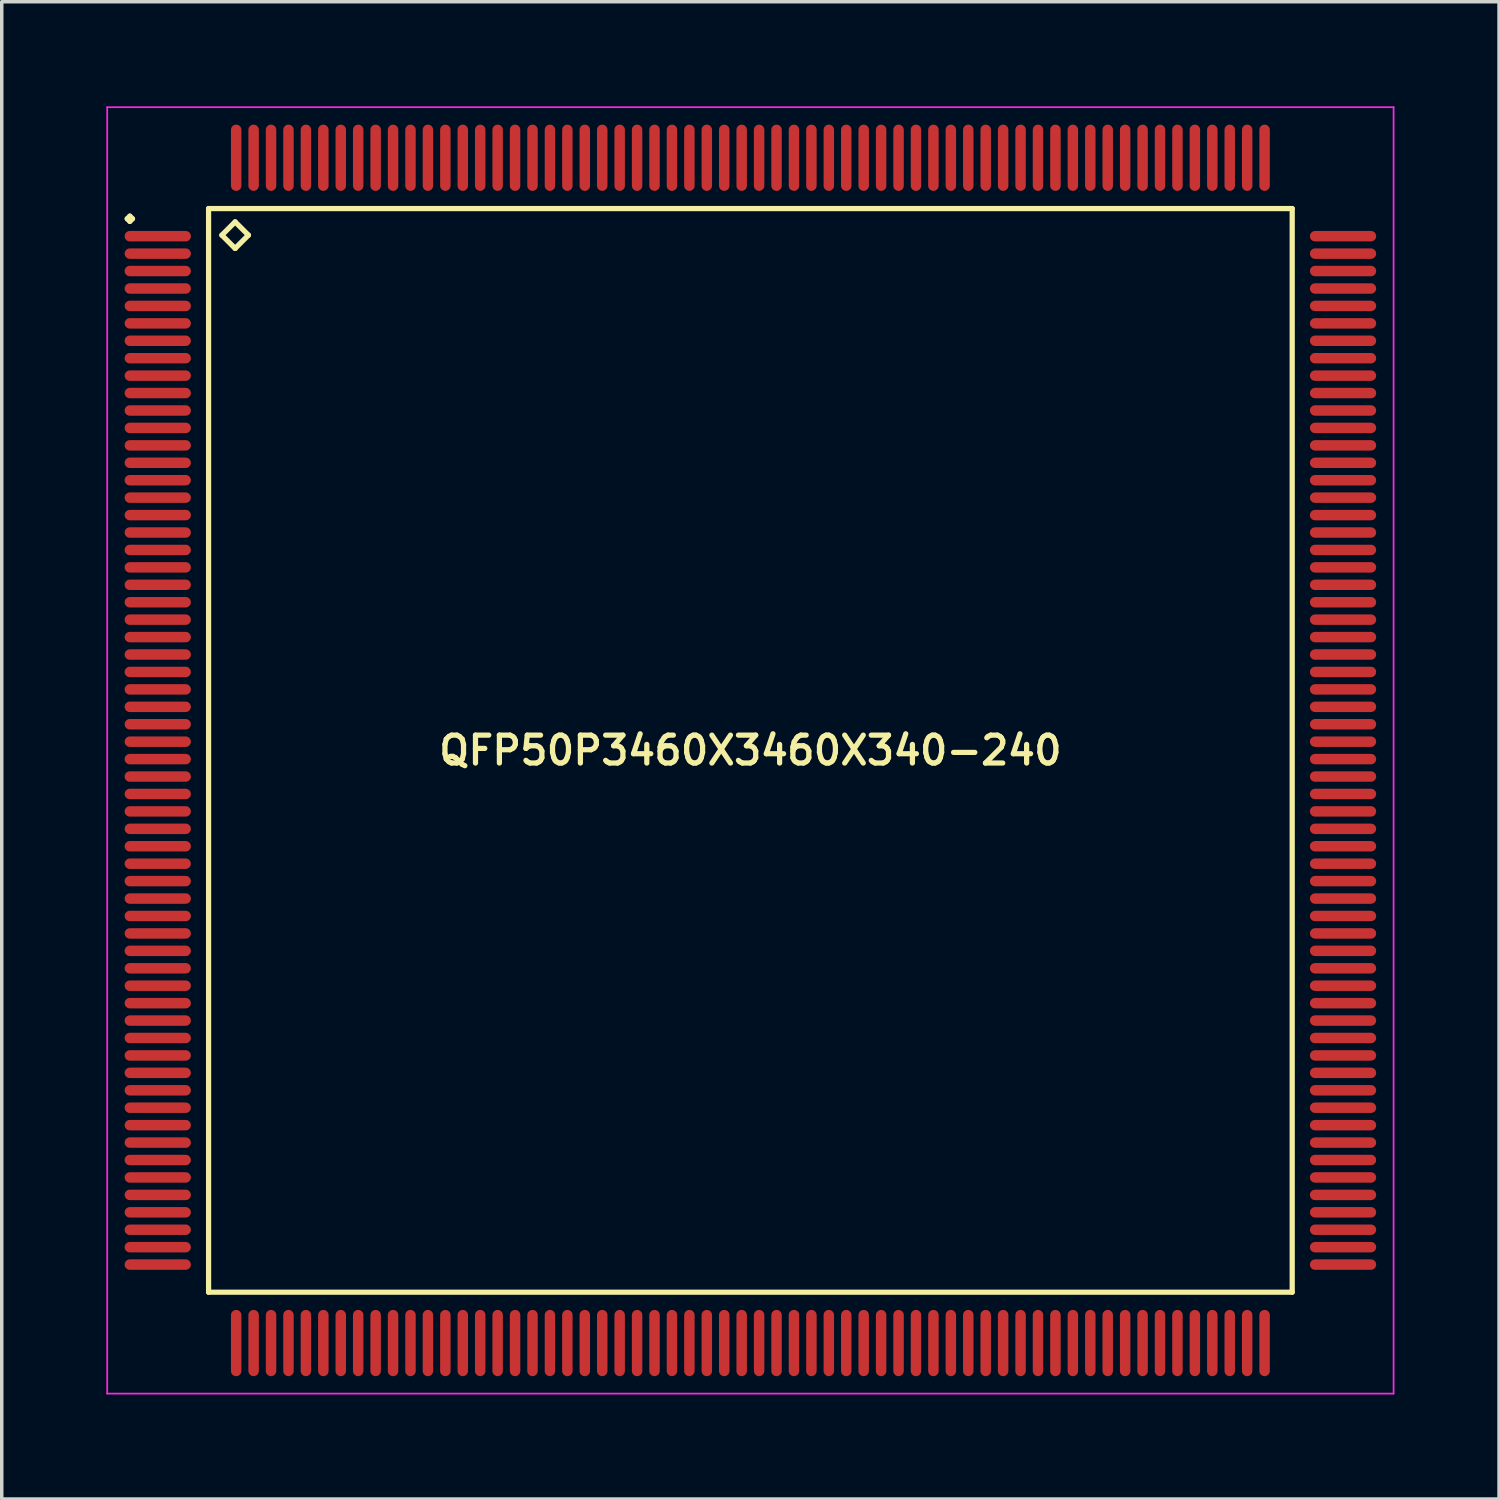
<source format=kicad_pcb>
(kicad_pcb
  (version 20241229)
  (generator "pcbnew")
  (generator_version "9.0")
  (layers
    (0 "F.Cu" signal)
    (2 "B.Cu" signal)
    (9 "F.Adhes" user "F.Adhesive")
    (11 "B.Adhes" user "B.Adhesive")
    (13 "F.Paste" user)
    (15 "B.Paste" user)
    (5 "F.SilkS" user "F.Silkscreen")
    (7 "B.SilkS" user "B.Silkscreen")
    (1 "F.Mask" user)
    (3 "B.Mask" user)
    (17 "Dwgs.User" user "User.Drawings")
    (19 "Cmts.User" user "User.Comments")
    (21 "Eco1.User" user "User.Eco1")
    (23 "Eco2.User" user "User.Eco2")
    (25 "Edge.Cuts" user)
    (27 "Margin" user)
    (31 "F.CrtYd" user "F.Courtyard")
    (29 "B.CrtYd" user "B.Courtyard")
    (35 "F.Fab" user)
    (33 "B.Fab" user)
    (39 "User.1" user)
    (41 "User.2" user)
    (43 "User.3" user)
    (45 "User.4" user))
  (footprint "QFP50P3460X3460X340-240"
    (layer "F.Cu")
    (at 18.475 18.475)
    (property "Reference" "QFP50P3460X3460X340-240" (at 0 0 0) (layer "F.SilkS") (effects (font (size 0.8 0.8) (thickness 0.15))))
    (attr smd)
    (fp_line (start -17.875 -15.25) (end -17.8 -15.325) (stroke (width 0.15) (type solid)) (layer "F.SilkS"))
    (fp_line (start -17.8 -15.325) (end -17.725 -15.25) (stroke (width 0.15) (type solid)) (layer "F.SilkS"))
    (fp_line (start -17.8 -15.175) (end -17.875 -15.25) (stroke (width 0.15) (type solid)) (layer "F.SilkS"))
    (fp_line (start -17.725 -15.25) (end -17.8 -15.175) (stroke (width 0.15) (type solid)) (layer "F.SilkS"))
    (fp_line (start -15.542 -15.542) (end -15.542 15.542) (stroke (width 0.15) (type solid)) (layer "F.SilkS"))
    (fp_line (start -15.542 15.542) (end 15.542 15.542) (stroke (width 0.15) (type solid)) (layer "F.SilkS"))
    (fp_line (start -15.161 -14.78) (end -14.78 -15.161) (stroke (width 0.15) (type solid)) (layer "F.SilkS"))
    (fp_line (start -14.78 -15.161) (end -14.399 -14.78) (stroke (width 0.15) (type solid)) (layer "F.SilkS"))
    (fp_line (start -14.78 -14.399) (end -15.161 -14.78) (stroke (width 0.15) (type solid)) (layer "F.SilkS"))
    (fp_line (start -14.399 -14.78) (end -14.78 -14.399) (stroke (width 0.15) (type solid)) (layer "F.SilkS"))
    (fp_line (start 15.542 -15.542) (end -15.542 -15.542) (stroke (width 0.15) (type solid)) (layer "F.SilkS"))
    (fp_line (start 15.542 15.542) (end 15.542 -15.542) (stroke (width 0.15) (type solid)) (layer "F.SilkS"))
    (fp_line (start -18.45 -18.45) (end 18.45 -18.45) (stroke (width 0.05) (type solid)) (layer "F.CrtYd"))
    (fp_line (start -18.45 18.45) (end -18.45 -18.45) (stroke (width 0.05) (type solid)) (layer "F.CrtYd"))
    (fp_line (start 18.45 -18.45) (end 18.45 18.45) (stroke (width 0.05) (type solid)) (layer "F.CrtYd"))
    (fp_line (start 18.45 18.45) (end -18.45 18.45) (stroke (width 0.05) (type solid)) (layer "F.CrtYd"))
    (pad "1" smd oval (at -17 -14.75) (size 1.9 0.3) (layers "F.Cu" "F.Mask" "F.Paste"))
    (pad "2" smd oval (at -17 -14.25) (size 1.9 0.3) (layers "F.Cu" "F.Mask" "F.Paste"))
    (pad "3" smd oval (at -17 -13.75) (size 1.9 0.3) (layers "F.Cu" "F.Mask" "F.Paste"))
    (pad "4" smd oval (at -17 -13.25) (size 1.9 0.3) (layers "F.Cu" "F.Mask" "F.Paste"))
    (pad "5" smd oval (at -17 -12.75) (size 1.9 0.3) (layers "F.Cu" "F.Mask" "F.Paste"))
    (pad "6" smd oval (at -17 -12.25) (size 1.9 0.3) (layers "F.Cu" "F.Mask" "F.Paste"))
    (pad "7" smd oval (at -17 -11.75) (size 1.9 0.3) (layers "F.Cu" "F.Mask" "F.Paste"))
    (pad "8" smd oval (at -17 -11.25) (size 1.9 0.3) (layers "F.Cu" "F.Mask" "F.Paste"))
    (pad "9" smd oval (at -17 -10.75) (size 1.9 0.3) (layers "F.Cu" "F.Mask" "F.Paste"))
    (pad "10" smd oval (at -17 -10.25) (size 1.9 0.3) (layers "F.Cu" "F.Mask" "F.Paste"))
    (pad "11" smd oval (at -17 -9.75) (size 1.9 0.3) (layers "F.Cu" "F.Mask" "F.Paste"))
    (pad "12" smd oval (at -17 -9.25) (size 1.9 0.3) (layers "F.Cu" "F.Mask" "F.Paste"))
    (pad "13" smd oval (at -17 -8.75) (size 1.9 0.3) (layers "F.Cu" "F.Mask" "F.Paste"))
    (pad "14" smd oval (at -17 -8.25) (size 1.9 0.3) (layers "F.Cu" "F.Mask" "F.Paste"))
    (pad "15" smd oval (at -17 -7.75) (size 1.9 0.3) (layers "F.Cu" "F.Mask" "F.Paste"))
    (pad "16" smd oval (at -17 -7.25) (size 1.9 0.3) (layers "F.Cu" "F.Mask" "F.Paste"))
    (pad "17" smd oval (at -17 -6.75) (size 1.9 0.3) (layers "F.Cu" "F.Mask" "F.Paste"))
    (pad "18" smd oval (at -17 -6.25) (size 1.9 0.3) (layers "F.Cu" "F.Mask" "F.Paste"))
    (pad "19" smd oval (at -17 -5.75) (size 1.9 0.3) (layers "F.Cu" "F.Mask" "F.Paste"))
    (pad "20" smd oval (at -17 -5.25) (size 1.9 0.3) (layers "F.Cu" "F.Mask" "F.Paste"))
    (pad "21" smd oval (at -17 -4.75) (size 1.9 0.3) (layers "F.Cu" "F.Mask" "F.Paste"))
    (pad "22" smd oval (at -17 -4.25) (size 1.9 0.3) (layers "F.Cu" "F.Mask" "F.Paste"))
    (pad "23" smd oval (at -17 -3.75) (size 1.9 0.3) (layers "F.Cu" "F.Mask" "F.Paste"))
    (pad "24" smd oval (at -17 -3.25) (size 1.9 0.3) (layers "F.Cu" "F.Mask" "F.Paste"))
    (pad "25" smd oval (at -17 -2.75) (size 1.9 0.3) (layers "F.Cu" "F.Mask" "F.Paste"))
    (pad "26" smd oval (at -17 -2.25) (size 1.9 0.3) (layers "F.Cu" "F.Mask" "F.Paste"))
    (pad "27" smd oval (at -17 -1.75) (size 1.9 0.3) (layers "F.Cu" "F.Mask" "F.Paste"))
    (pad "28" smd oval (at -17 -1.25) (size 1.9 0.3) (layers "F.Cu" "F.Mask" "F.Paste"))
    (pad "29" smd oval (at -17 -0.75) (size 1.9 0.3) (layers "F.Cu" "F.Mask" "F.Paste"))
    (pad "30" smd oval (at -17 -0.25) (size 1.9 0.3) (layers "F.Cu" "F.Mask" "F.Paste"))
    (pad "31" smd oval (at -17 0.25) (size 1.9 0.3) (layers "F.Cu" "F.Mask" "F.Paste"))
    (pad "32" smd oval (at -17 0.75) (size 1.9 0.3) (layers "F.Cu" "F.Mask" "F.Paste"))
    (pad "33" smd oval (at -17 1.25) (size 1.9 0.3) (layers "F.Cu" "F.Mask" "F.Paste"))
    (pad "34" smd oval (at -17 1.75) (size 1.9 0.3) (layers "F.Cu" "F.Mask" "F.Paste"))
    (pad "35" smd oval (at -17 2.25) (size 1.9 0.3) (layers "F.Cu" "F.Mask" "F.Paste"))
    (pad "36" smd oval (at -17 2.75) (size 1.9 0.3) (layers "F.Cu" "F.Mask" "F.Paste"))
    (pad "37" smd oval (at -17 3.25) (size 1.9 0.3) (layers "F.Cu" "F.Mask" "F.Paste"))
    (pad "38" smd oval (at -17 3.75) (size 1.9 0.3) (layers "F.Cu" "F.Mask" "F.Paste"))
    (pad "39" smd oval (at -17 4.25) (size 1.9 0.3) (layers "F.Cu" "F.Mask" "F.Paste"))
    (pad "40" smd oval (at -17 4.75) (size 1.9 0.3) (layers "F.Cu" "F.Mask" "F.Paste"))
    (pad "41" smd oval (at -17 5.25) (size 1.9 0.3) (layers "F.Cu" "F.Mask" "F.Paste"))
    (pad "42" smd oval (at -17 5.75) (size 1.9 0.3) (layers "F.Cu" "F.Mask" "F.Paste"))
    (pad "43" smd oval (at -17 6.25) (size 1.9 0.3) (layers "F.Cu" "F.Mask" "F.Paste"))
    (pad "44" smd oval (at -17 6.75) (size 1.9 0.3) (layers "F.Cu" "F.Mask" "F.Paste"))
    (pad "45" smd oval (at -17 7.25) (size 1.9 0.3) (layers "F.Cu" "F.Mask" "F.Paste"))
    (pad "46" smd oval (at -17 7.75) (size 1.9 0.3) (layers "F.Cu" "F.Mask" "F.Paste"))
    (pad "47" smd oval (at -17 8.25) (size 1.9 0.3) (layers "F.Cu" "F.Mask" "F.Paste"))
    (pad "48" smd oval (at -17 8.75) (size 1.9 0.3) (layers "F.Cu" "F.Mask" "F.Paste"))
    (pad "49" smd oval (at -17 9.25) (size 1.9 0.3) (layers "F.Cu" "F.Mask" "F.Paste"))
    (pad "50" smd oval (at -17 9.75) (size 1.9 0.3) (layers "F.Cu" "F.Mask" "F.Paste"))
    (pad "51" smd oval (at -17 10.25) (size 1.9 0.3) (layers "F.Cu" "F.Mask" "F.Paste"))
    (pad "52" smd oval (at -17 10.75) (size 1.9 0.3) (layers "F.Cu" "F.Mask" "F.Paste"))
    (pad "53" smd oval (at -17 11.25) (size 1.9 0.3) (layers "F.Cu" "F.Mask" "F.Paste"))
    (pad "54" smd oval (at -17 11.75) (size 1.9 0.3) (layers "F.Cu" "F.Mask" "F.Paste"))
    (pad "55" smd oval (at -17 12.25) (size 1.9 0.3) (layers "F.Cu" "F.Mask" "F.Paste"))
    (pad "56" smd oval (at -17 12.75) (size 1.9 0.3) (layers "F.Cu" "F.Mask" "F.Paste"))
    (pad "57" smd oval (at -17 13.25) (size 1.9 0.3) (layers "F.Cu" "F.Mask" "F.Paste"))
    (pad "58" smd oval (at -17 13.75) (size 1.9 0.3) (layers "F.Cu" "F.Mask" "F.Paste"))
    (pad "59" smd oval (at -17 14.25) (size 1.9 0.3) (layers "F.Cu" "F.Mask" "F.Paste"))
    (pad "60" smd oval (at -17 14.75) (size 1.9 0.3) (layers "F.Cu" "F.Mask" "F.Paste"))
    (pad "61" smd oval (at -14.75 17) (size 0.3 1.9) (layers "F.Cu" "F.Mask" "F.Paste"))
    (pad "62" smd oval (at -14.25 17) (size 0.3 1.9) (layers "F.Cu" "F.Mask" "F.Paste"))
    (pad "63" smd oval (at -13.75 17) (size 0.3 1.9) (layers "F.Cu" "F.Mask" "F.Paste"))
    (pad "64" smd oval (at -13.25 17) (size 0.3 1.9) (layers "F.Cu" "F.Mask" "F.Paste"))
    (pad "65" smd oval (at -12.75 17) (size 0.3 1.9) (layers "F.Cu" "F.Mask" "F.Paste"))
    (pad "66" smd oval (at -12.25 17) (size 0.3 1.9) (layers "F.Cu" "F.Mask" "F.Paste"))
    (pad "67" smd oval (at -11.75 17) (size 0.3 1.9) (layers "F.Cu" "F.Mask" "F.Paste"))
    (pad "68" smd oval (at -11.25 17) (size 0.3 1.9) (layers "F.Cu" "F.Mask" "F.Paste"))
    (pad "69" smd oval (at -10.75 17) (size 0.3 1.9) (layers "F.Cu" "F.Mask" "F.Paste"))
    (pad "70" smd oval (at -10.25 17) (size 0.3 1.9) (layers "F.Cu" "F.Mask" "F.Paste"))
    (pad "71" smd oval (at -9.75 17) (size 0.3 1.9) (layers "F.Cu" "F.Mask" "F.Paste"))
    (pad "72" smd oval (at -9.25 17) (size 0.3 1.9) (layers "F.Cu" "F.Mask" "F.Paste"))
    (pad "73" smd oval (at -8.75 17) (size 0.3 1.9) (layers "F.Cu" "F.Mask" "F.Paste"))
    (pad "74" smd oval (at -8.25 17) (size 0.3 1.9) (layers "F.Cu" "F.Mask" "F.Paste"))
    (pad "75" smd oval (at -7.75 17) (size 0.3 1.9) (layers "F.Cu" "F.Mask" "F.Paste"))
    (pad "76" smd oval (at -7.25 17) (size 0.3 1.9) (layers "F.Cu" "F.Mask" "F.Paste"))
    (pad "77" smd oval (at -6.75 17) (size 0.3 1.9) (layers "F.Cu" "F.Mask" "F.Paste"))
    (pad "78" smd oval (at -6.25 17) (size 0.3 1.9) (layers "F.Cu" "F.Mask" "F.Paste"))
    (pad "79" smd oval (at -5.75 17) (size 0.3 1.9) (layers "F.Cu" "F.Mask" "F.Paste"))
    (pad "80" smd oval (at -5.25 17) (size 0.3 1.9) (layers "F.Cu" "F.Mask" "F.Paste"))
    (pad "81" smd oval (at -4.75 17) (size 0.3 1.9) (layers "F.Cu" "F.Mask" "F.Paste"))
    (pad "82" smd oval (at -4.25 17) (size 0.3 1.9) (layers "F.Cu" "F.Mask" "F.Paste"))
    (pad "83" smd oval (at -3.75 17) (size 0.3 1.9) (layers "F.Cu" "F.Mask" "F.Paste"))
    (pad "84" smd oval (at -3.25 17) (size 0.3 1.9) (layers "F.Cu" "F.Mask" "F.Paste"))
    (pad "85" smd oval (at -2.75 17) (size 0.3 1.9) (layers "F.Cu" "F.Mask" "F.Paste"))
    (pad "86" smd oval (at -2.25 17) (size 0.3 1.9) (layers "F.Cu" "F.Mask" "F.Paste"))
    (pad "87" smd oval (at -1.75 17) (size 0.3 1.9) (layers "F.Cu" "F.Mask" "F.Paste"))
    (pad "88" smd oval (at -1.25 17) (size 0.3 1.9) (layers "F.Cu" "F.Mask" "F.Paste"))
    (pad "89" smd oval (at -0.75 17) (size 0.3 1.9) (layers "F.Cu" "F.Mask" "F.Paste"))
    (pad "90" smd oval (at -0.25 17) (size 0.3 1.9) (layers "F.Cu" "F.Mask" "F.Paste"))
    (pad "91" smd oval (at 0.25 17) (size 0.3 1.9) (layers "F.Cu" "F.Mask" "F.Paste"))
    (pad "92" smd oval (at 0.75 17) (size 0.3 1.9) (layers "F.Cu" "F.Mask" "F.Paste"))
    (pad "93" smd oval (at 1.25 17) (size 0.3 1.9) (layers "F.Cu" "F.Mask" "F.Paste"))
    (pad "94" smd oval (at 1.75 17) (size 0.3 1.9) (layers "F.Cu" "F.Mask" "F.Paste"))
    (pad "95" smd oval (at 2.25 17) (size 0.3 1.9) (layers "F.Cu" "F.Mask" "F.Paste"))
    (pad "96" smd oval (at 2.75 17) (size 0.3 1.9) (layers "F.Cu" "F.Mask" "F.Paste"))
    (pad "97" smd oval (at 3.25 17) (size 0.3 1.9) (layers "F.Cu" "F.Mask" "F.Paste"))
    (pad "98" smd oval (at 3.75 17) (size 0.3 1.9) (layers "F.Cu" "F.Mask" "F.Paste"))
    (pad "99" smd oval (at 4.25 17) (size 0.3 1.9) (layers "F.Cu" "F.Mask" "F.Paste"))
    (pad "100" smd oval (at 4.75 17) (size 0.3 1.9) (layers "F.Cu" "F.Mask" "F.Paste"))
    (pad "101" smd oval (at 5.25 17) (size 0.3 1.9) (layers "F.Cu" "F.Mask" "F.Paste"))
    (pad "102" smd oval (at 5.75 17) (size 0.3 1.9) (layers "F.Cu" "F.Mask" "F.Paste"))
    (pad "103" smd oval (at 6.25 17) (size 0.3 1.9) (layers "F.Cu" "F.Mask" "F.Paste"))
    (pad "104" smd oval (at 6.75 17) (size 0.3 1.9) (layers "F.Cu" "F.Mask" "F.Paste"))
    (pad "105" smd oval (at 7.25 17) (size 0.3 1.9) (layers "F.Cu" "F.Mask" "F.Paste"))
    (pad "106" smd oval (at 7.75 17) (size 0.3 1.9) (layers "F.Cu" "F.Mask" "F.Paste"))
    (pad "107" smd oval (at 8.25 17) (size 0.3 1.9) (layers "F.Cu" "F.Mask" "F.Paste"))
    (pad "108" smd oval (at 8.75 17) (size 0.3 1.9) (layers "F.Cu" "F.Mask" "F.Paste"))
    (pad "109" smd oval (at 9.25 17) (size 0.3 1.9) (layers "F.Cu" "F.Mask" "F.Paste"))
    (pad "110" smd oval (at 9.75 17) (size 0.3 1.9) (layers "F.Cu" "F.Mask" "F.Paste"))
    (pad "111" smd oval (at 10.25 17) (size 0.3 1.9) (layers "F.Cu" "F.Mask" "F.Paste"))
    (pad "112" smd oval (at 10.75 17) (size 0.3 1.9) (layers "F.Cu" "F.Mask" "F.Paste"))
    (pad "113" smd oval (at 11.25 17) (size 0.3 1.9) (layers "F.Cu" "F.Mask" "F.Paste"))
    (pad "114" smd oval (at 11.75 17) (size 0.3 1.9) (layers "F.Cu" "F.Mask" "F.Paste"))
    (pad "115" smd oval (at 12.25 17) (size 0.3 1.9) (layers "F.Cu" "F.Mask" "F.Paste"))
    (pad "116" smd oval (at 12.75 17) (size 0.3 1.9) (layers "F.Cu" "F.Mask" "F.Paste"))
    (pad "117" smd oval (at 13.25 17) (size 0.3 1.9) (layers "F.Cu" "F.Mask" "F.Paste"))
    (pad "118" smd oval (at 13.75 17) (size 0.3 1.9) (layers "F.Cu" "F.Mask" "F.Paste"))
    (pad "119" smd oval (at 14.25 17) (size 0.3 1.9) (layers "F.Cu" "F.Mask" "F.Paste"))
    (pad "120" smd oval (at 14.75 17) (size 0.3 1.9) (layers "F.Cu" "F.Mask" "F.Paste"))
    (pad "121" smd oval (at 17 14.75) (size 1.9 0.3) (layers "F.Cu" "F.Mask" "F.Paste"))
    (pad "122" smd oval (at 17 14.25) (size 1.9 0.3) (layers "F.Cu" "F.Mask" "F.Paste"))
    (pad "123" smd oval (at 17 13.75) (size 1.9 0.3) (layers "F.Cu" "F.Mask" "F.Paste"))
    (pad "124" smd oval (at 17 13.25) (size 1.9 0.3) (layers "F.Cu" "F.Mask" "F.Paste"))
    (pad "125" smd oval (at 17 12.75) (size 1.9 0.3) (layers "F.Cu" "F.Mask" "F.Paste"))
    (pad "126" smd oval (at 17 12.25) (size 1.9 0.3) (layers "F.Cu" "F.Mask" "F.Paste"))
    (pad "127" smd oval (at 17 11.75) (size 1.9 0.3) (layers "F.Cu" "F.Mask" "F.Paste"))
    (pad "128" smd oval (at 17 11.25) (size 1.9 0.3) (layers "F.Cu" "F.Mask" "F.Paste"))
    (pad "129" smd oval (at 17 10.75) (size 1.9 0.3) (layers "F.Cu" "F.Mask" "F.Paste"))
    (pad "130" smd oval (at 17 10.25) (size 1.9 0.3) (layers "F.Cu" "F.Mask" "F.Paste"))
    (pad "131" smd oval (at 17 9.75) (size 1.9 0.3) (layers "F.Cu" "F.Mask" "F.Paste"))
    (pad "132" smd oval (at 17 9.25) (size 1.9 0.3) (layers "F.Cu" "F.Mask" "F.Paste"))
    (pad "133" smd oval (at 17 8.75) (size 1.9 0.3) (layers "F.Cu" "F.Mask" "F.Paste"))
    (pad "134" smd oval (at 17 8.25) (size 1.9 0.3) (layers "F.Cu" "F.Mask" "F.Paste"))
    (pad "135" smd oval (at 17 7.75) (size 1.9 0.3) (layers "F.Cu" "F.Mask" "F.Paste"))
    (pad "136" smd oval (at 17 7.25) (size 1.9 0.3) (layers "F.Cu" "F.Mask" "F.Paste"))
    (pad "137" smd oval (at 17 6.75) (size 1.9 0.3) (layers "F.Cu" "F.Mask" "F.Paste"))
    (pad "138" smd oval (at 17 6.25) (size 1.9 0.3) (layers "F.Cu" "F.Mask" "F.Paste"))
    (pad "139" smd oval (at 17 5.75) (size 1.9 0.3) (layers "F.Cu" "F.Mask" "F.Paste"))
    (pad "140" smd oval (at 17 5.25) (size 1.9 0.3) (layers "F.Cu" "F.Mask" "F.Paste"))
    (pad "141" smd oval (at 17 4.75) (size 1.9 0.3) (layers "F.Cu" "F.Mask" "F.Paste"))
    (pad "142" smd oval (at 17 4.25) (size 1.9 0.3) (layers "F.Cu" "F.Mask" "F.Paste"))
    (pad "143" smd oval (at 17 3.75) (size 1.9 0.3) (layers "F.Cu" "F.Mask" "F.Paste"))
    (pad "144" smd oval (at 17 3.25) (size 1.9 0.3) (layers "F.Cu" "F.Mask" "F.Paste"))
    (pad "145" smd oval (at 17 2.75) (size 1.9 0.3) (layers "F.Cu" "F.Mask" "F.Paste"))
    (pad "146" smd oval (at 17 2.25) (size 1.9 0.3) (layers "F.Cu" "F.Mask" "F.Paste"))
    (pad "147" smd oval (at 17 1.75) (size 1.9 0.3) (layers "F.Cu" "F.Mask" "F.Paste"))
    (pad "148" smd oval (at 17 1.25) (size 1.9 0.3) (layers "F.Cu" "F.Mask" "F.Paste"))
    (pad "149" smd oval (at 17 0.75) (size 1.9 0.3) (layers "F.Cu" "F.Mask" "F.Paste"))
    (pad "150" smd oval (at 17 0.25) (size 1.9 0.3) (layers "F.Cu" "F.Mask" "F.Paste"))
    (pad "151" smd oval (at 17 -0.25) (size 1.9 0.3) (layers "F.Cu" "F.Mask" "F.Paste"))
    (pad "152" smd oval (at 17 -0.75) (size 1.9 0.3) (layers "F.Cu" "F.Mask" "F.Paste"))
    (pad "153" smd oval (at 17 -1.25) (size 1.9 0.3) (layers "F.Cu" "F.Mask" "F.Paste"))
    (pad "154" smd oval (at 17 -1.75) (size 1.9 0.3) (layers "F.Cu" "F.Mask" "F.Paste"))
    (pad "155" smd oval (at 17 -2.25) (size 1.9 0.3) (layers "F.Cu" "F.Mask" "F.Paste"))
    (pad "156" smd oval (at 17 -2.75) (size 1.9 0.3) (layers "F.Cu" "F.Mask" "F.Paste"))
    (pad "157" smd oval (at 17 -3.25) (size 1.9 0.3) (layers "F.Cu" "F.Mask" "F.Paste"))
    (pad "158" smd oval (at 17 -3.75) (size 1.9 0.3) (layers "F.Cu" "F.Mask" "F.Paste"))
    (pad "159" smd oval (at 17 -4.25) (size 1.9 0.3) (layers "F.Cu" "F.Mask" "F.Paste"))
    (pad "160" smd oval (at 17 -4.75) (size 1.9 0.3) (layers "F.Cu" "F.Mask" "F.Paste"))
    (pad "161" smd oval (at 17 -5.25) (size 1.9 0.3) (layers "F.Cu" "F.Mask" "F.Paste"))
    (pad "162" smd oval (at 17 -5.75) (size 1.9 0.3) (layers "F.Cu" "F.Mask" "F.Paste"))
    (pad "163" smd oval (at 17 -6.25) (size 1.9 0.3) (layers "F.Cu" "F.Mask" "F.Paste"))
    (pad "164" smd oval (at 17 -6.75) (size 1.9 0.3) (layers "F.Cu" "F.Mask" "F.Paste"))
    (pad "165" smd oval (at 17 -7.25) (size 1.9 0.3) (layers "F.Cu" "F.Mask" "F.Paste"))
    (pad "166" smd oval (at 17 -7.75) (size 1.9 0.3) (layers "F.Cu" "F.Mask" "F.Paste"))
    (pad "167" smd oval (at 17 -8.25) (size 1.9 0.3) (layers "F.Cu" "F.Mask" "F.Paste"))
    (pad "168" smd oval (at 17 -8.75) (size 1.9 0.3) (layers "F.Cu" "F.Mask" "F.Paste"))
    (pad "169" smd oval (at 17 -9.25) (size 1.9 0.3) (layers "F.Cu" "F.Mask" "F.Paste"))
    (pad "170" smd oval (at 17 -9.75) (size 1.9 0.3) (layers "F.Cu" "F.Mask" "F.Paste"))
    (pad "171" smd oval (at 17 -10.25) (size 1.9 0.3) (layers "F.Cu" "F.Mask" "F.Paste"))
    (pad "172" smd oval (at 17 -10.75) (size 1.9 0.3) (layers "F.Cu" "F.Mask" "F.Paste"))
    (pad "173" smd oval (at 17 -11.25) (size 1.9 0.3) (layers "F.Cu" "F.Mask" "F.Paste"))
    (pad "174" smd oval (at 17 -11.75) (size 1.9 0.3) (layers "F.Cu" "F.Mask" "F.Paste"))
    (pad "175" smd oval (at 17 -12.25) (size 1.9 0.3) (layers "F.Cu" "F.Mask" "F.Paste"))
    (pad "176" smd oval (at 17 -12.75) (size 1.9 0.3) (layers "F.Cu" "F.Mask" "F.Paste"))
    (pad "177" smd oval (at 17 -13.25) (size 1.9 0.3) (layers "F.Cu" "F.Mask" "F.Paste"))
    (pad "178" smd oval (at 17 -13.75) (size 1.9 0.3) (layers "F.Cu" "F.Mask" "F.Paste"))
    (pad "179" smd oval (at 17 -14.25) (size 1.9 0.3) (layers "F.Cu" "F.Mask" "F.Paste"))
    (pad "180" smd oval (at 17 -14.75) (size 1.9 0.3) (layers "F.Cu" "F.Mask" "F.Paste"))
    (pad "181" smd oval (at 14.75 -17) (size 0.3 1.9) (layers "F.Cu" "F.Mask" "F.Paste"))
    (pad "182" smd oval (at 14.25 -17) (size 0.3 1.9) (layers "F.Cu" "F.Mask" "F.Paste"))
    (pad "183" smd oval (at 13.75 -17) (size 0.3 1.9) (layers "F.Cu" "F.Mask" "F.Paste"))
    (pad "184" smd oval (at 13.25 -17) (size 0.3 1.9) (layers "F.Cu" "F.Mask" "F.Paste"))
    (pad "185" smd oval (at 12.75 -17) (size 0.3 1.9) (layers "F.Cu" "F.Mask" "F.Paste"))
    (pad "186" smd oval (at 12.25 -17) (size 0.3 1.9) (layers "F.Cu" "F.Mask" "F.Paste"))
    (pad "187" smd oval (at 11.75 -17) (size 0.3 1.9) (layers "F.Cu" "F.Mask" "F.Paste"))
    (pad "188" smd oval (at 11.25 -17) (size 0.3 1.9) (layers "F.Cu" "F.Mask" "F.Paste"))
    (pad "189" smd oval (at 10.75 -17) (size 0.3 1.9) (layers "F.Cu" "F.Mask" "F.Paste"))
    (pad "190" smd oval (at 10.25 -17) (size 0.3 1.9) (layers "F.Cu" "F.Mask" "F.Paste"))
    (pad "191" smd oval (at 9.75 -17) (size 0.3 1.9) (layers "F.Cu" "F.Mask" "F.Paste"))
    (pad "192" smd oval (at 9.25 -17) (size 0.3 1.9) (layers "F.Cu" "F.Mask" "F.Paste"))
    (pad "193" smd oval (at 8.75 -17) (size 0.3 1.9) (layers "F.Cu" "F.Mask" "F.Paste"))
    (pad "194" smd oval (at 8.25 -17) (size 0.3 1.9) (layers "F.Cu" "F.Mask" "F.Paste"))
    (pad "195" smd oval (at 7.75 -17) (size 0.3 1.9) (layers "F.Cu" "F.Mask" "F.Paste"))
    (pad "196" smd oval (at 7.25 -17) (size 0.3 1.9) (layers "F.Cu" "F.Mask" "F.Paste"))
    (pad "197" smd oval (at 6.75 -17) (size 0.3 1.9) (layers "F.Cu" "F.Mask" "F.Paste"))
    (pad "198" smd oval (at 6.25 -17) (size 0.3 1.9) (layers "F.Cu" "F.Mask" "F.Paste"))
    (pad "199" smd oval (at 5.75 -17) (size 0.3 1.9) (layers "F.Cu" "F.Mask" "F.Paste"))
    (pad "200" smd oval (at 5.25 -17) (size 0.3 1.9) (layers "F.Cu" "F.Mask" "F.Paste"))
    (pad "201" smd oval (at 4.75 -17) (size 0.3 1.9) (layers "F.Cu" "F.Mask" "F.Paste"))
    (pad "202" smd oval (at 4.25 -17) (size 0.3 1.9) (layers "F.Cu" "F.Mask" "F.Paste"))
    (pad "203" smd oval (at 3.75 -17) (size 0.3 1.9) (layers "F.Cu" "F.Mask" "F.Paste"))
    (pad "204" smd oval (at 3.25 -17) (size 0.3 1.9) (layers "F.Cu" "F.Mask" "F.Paste"))
    (pad "205" smd oval (at 2.75 -17) (size 0.3 1.9) (layers "F.Cu" "F.Mask" "F.Paste"))
    (pad "206" smd oval (at 2.25 -17) (size 0.3 1.9) (layers "F.Cu" "F.Mask" "F.Paste"))
    (pad "207" smd oval (at 1.75 -17) (size 0.3 1.9) (layers "F.Cu" "F.Mask" "F.Paste"))
    (pad "208" smd oval (at 1.25 -17) (size 0.3 1.9) (layers "F.Cu" "F.Mask" "F.Paste"))
    (pad "209" smd oval (at 0.75 -17) (size 0.3 1.9) (layers "F.Cu" "F.Mask" "F.Paste"))
    (pad "210" smd oval (at 0.25 -17) (size 0.3 1.9) (layers "F.Cu" "F.Mask" "F.Paste"))
    (pad "211" smd oval (at -0.25 -17) (size 0.3 1.9) (layers "F.Cu" "F.Mask" "F.Paste"))
    (pad "212" smd oval (at -0.75 -17) (size 0.3 1.9) (layers "F.Cu" "F.Mask" "F.Paste"))
    (pad "213" smd oval (at -1.25 -17) (size 0.3 1.9) (layers "F.Cu" "F.Mask" "F.Paste"))
    (pad "214" smd oval (at -1.75 -17) (size 0.3 1.9) (layers "F.Cu" "F.Mask" "F.Paste"))
    (pad "215" smd oval (at -2.25 -17) (size 0.3 1.9) (layers "F.Cu" "F.Mask" "F.Paste"))
    (pad "216" smd oval (at -2.75 -17) (size 0.3 1.9) (layers "F.Cu" "F.Mask" "F.Paste"))
    (pad "217" smd oval (at -3.25 -17) (size 0.3 1.9) (layers "F.Cu" "F.Mask" "F.Paste"))
    (pad "218" smd oval (at -3.75 -17) (size 0.3 1.9) (layers "F.Cu" "F.Mask" "F.Paste"))
    (pad "219" smd oval (at -4.25 -17) (size 0.3 1.9) (layers "F.Cu" "F.Mask" "F.Paste"))
    (pad "220" smd oval (at -4.75 -17) (size 0.3 1.9) (layers "F.Cu" "F.Mask" "F.Paste"))
    (pad "221" smd oval (at -5.25 -17) (size 0.3 1.9) (layers "F.Cu" "F.Mask" "F.Paste"))
    (pad "222" smd oval (at -5.75 -17) (size 0.3 1.9) (layers "F.Cu" "F.Mask" "F.Paste"))
    (pad "223" smd oval (at -6.25 -17) (size 0.3 1.9) (layers "F.Cu" "F.Mask" "F.Paste"))
    (pad "224" smd oval (at -6.75 -17) (size 0.3 1.9) (layers "F.Cu" "F.Mask" "F.Paste"))
    (pad "225" smd oval (at -7.25 -17) (size 0.3 1.9) (layers "F.Cu" "F.Mask" "F.Paste"))
    (pad "226" smd oval (at -7.75 -17) (size 0.3 1.9) (layers "F.Cu" "F.Mask" "F.Paste"))
    (pad "227" smd oval (at -8.25 -17) (size 0.3 1.9) (layers "F.Cu" "F.Mask" "F.Paste"))
    (pad "228" smd oval (at -8.75 -17) (size 0.3 1.9) (layers "F.Cu" "F.Mask" "F.Paste"))
    (pad "229" smd oval (at -9.25 -17) (size 0.3 1.9) (layers "F.Cu" "F.Mask" "F.Paste"))
    (pad "230" smd oval (at -9.75 -17) (size 0.3 1.9) (layers "F.Cu" "F.Mask" "F.Paste"))
    (pad "231" smd oval (at -10.25 -17) (size 0.3 1.9) (layers "F.Cu" "F.Mask" "F.Paste"))
    (pad "232" smd oval (at -10.75 -17) (size 0.3 1.9) (layers "F.Cu" "F.Mask" "F.Paste"))
    (pad "233" smd oval (at -11.25 -17) (size 0.3 1.9) (layers "F.Cu" "F.Mask" "F.Paste"))
    (pad "234" smd oval (at -11.75 -17) (size 0.3 1.9) (layers "F.Cu" "F.Mask" "F.Paste"))
    (pad "235" smd oval (at -12.25 -17) (size 0.3 1.9) (layers "F.Cu" "F.Mask" "F.Paste"))
    (pad "236" smd oval (at -12.75 -17) (size 0.3 1.9) (layers "F.Cu" "F.Mask" "F.Paste"))
    (pad "237" smd oval (at -13.25 -17) (size 0.3 1.9) (layers "F.Cu" "F.Mask" "F.Paste"))
    (pad "238" smd oval (at -13.75 -17) (size 0.3 1.9) (layers "F.Cu" "F.Mask" "F.Paste"))
    (pad "239" smd oval (at -14.25 -17) (size 0.3 1.9) (layers "F.Cu" "F.Mask" "F.Paste"))
    (pad "240" smd oval (at -14.75 -17) (size 0.3 1.9) (layers "F.Cu" "F.Mask" "F.Paste")))
  (gr_rect
    (start -3 -3)
    (end 39.95 39.95)
    (stroke (width 0.1) (type default))
    (fill no)
    (layer "Edge.Cuts")))
</source>
